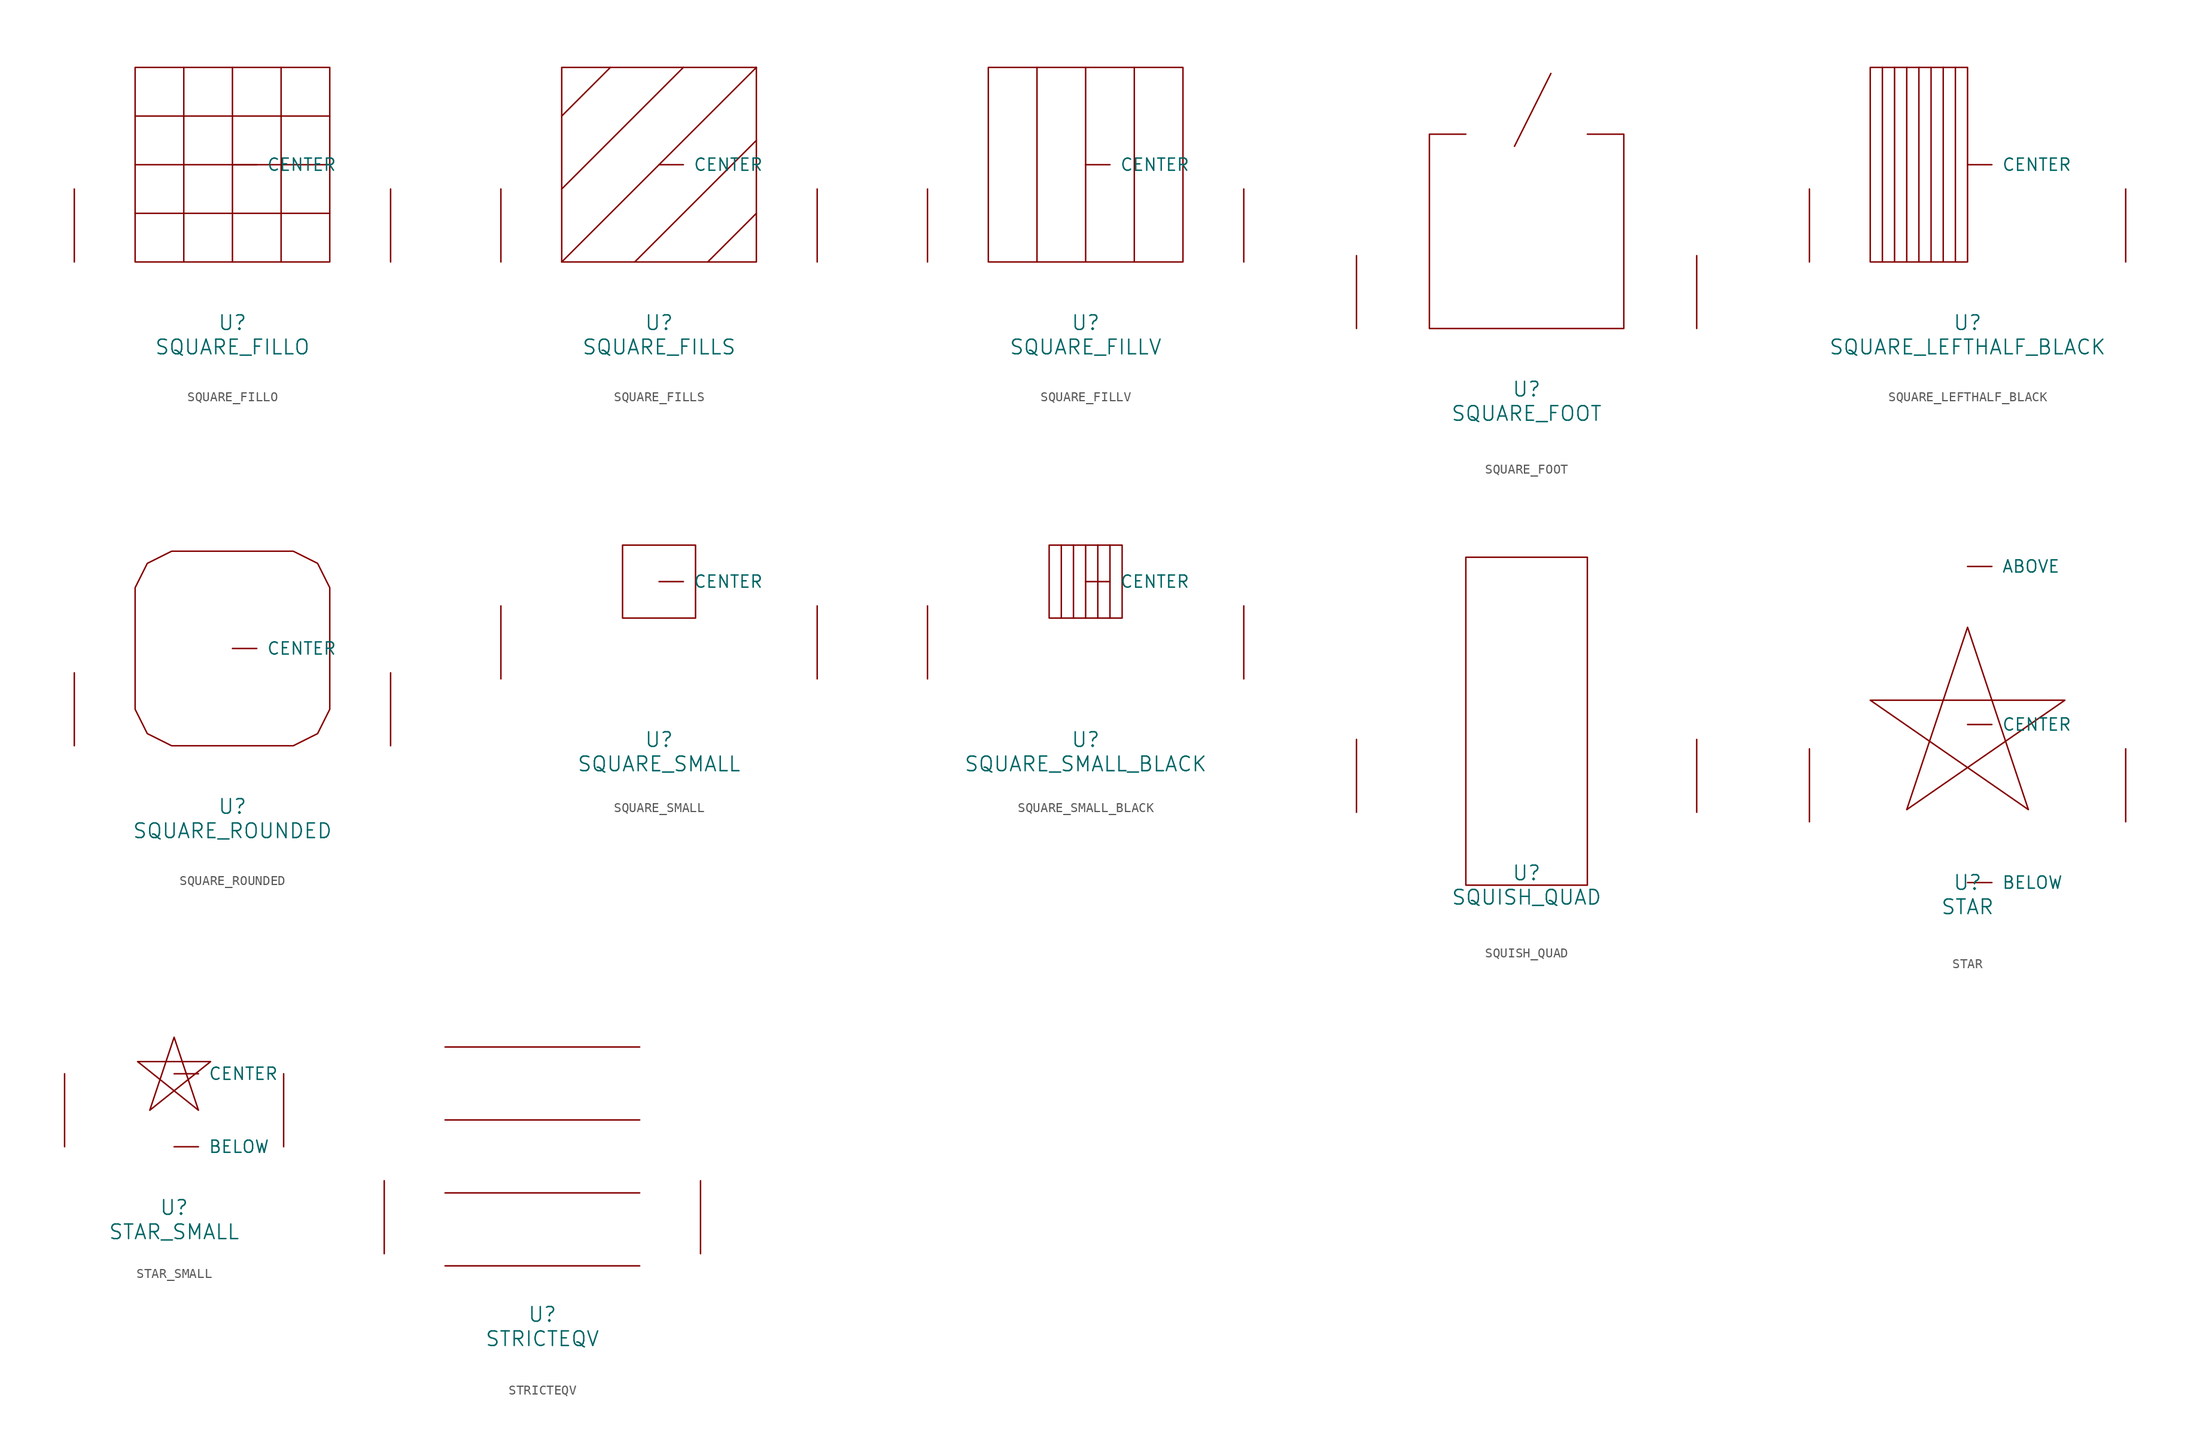
<source format=kicad_sym>
(kicad_symbol_lib
  (version 20220914)
  (generator font_lib2sym)
  (symbol "SQUARE_FILLO"
    (pin_names
      (offset 1.016))
    (property "Reference" "U"
      (at 0 -6.35 0)
      (effects (font (size 1.524 1.524))))
    (property "Value" "SQUARE_FILLO"
      (at 0 -8.89 0)
      (effects (font (size 1.524 1.524))))
    (symbol "SQUARE_FILLO_0_1"
      (polyline (pts (xy -10.16 5.08) (xy 10.16 5.08)) (stroke (width 0) (type solid)) (fill (type none)))
      (polyline (pts (xy -10.16 10.16) (xy 10.16 10.16)) (stroke (width 0) (type solid)) (fill (type none)))
      (polyline (pts (xy -10.16 15.24) (xy 10.16 15.24)) (stroke (width 0) (type solid)) (fill (type none)))
      (polyline (pts (xy -5.08 20.32) (xy -5.08 0)) (stroke (width 0) (type solid)) (fill (type none)))
      (polyline (pts (xy 0 20.32) (xy 0 0)) (stroke (width 0) (type solid)) (fill (type none)))
      (polyline (pts (xy 5.08 20.32) (xy 5.08 0)) (stroke (width 0) (type solid)) (fill (type none)))
      (polyline (pts (xy -10.16 20.32) (xy 10.16 20.32) (xy 10.16 0) (xy -10.16 0) (xy -10.16 20.32)) (stroke (width 0) (type solid)) (fill (type none)))
      (pin input line (at 0 10.16 0) (length 2.54) (name "CENTER" (effects (font (size 1.27 1.27)))) (number "~" (effects (font (size 1.27 1.27)))))
      (pin input line (at -16.51 0 90) (length 7.62) (name "~" (effects (font (size 1.27 1.27)))) (number "~" (effects (font (size 1.27 1.27)))))
      (pin input line (at 16.51 0 90) (length 7.62) (name "~" (effects (font (size 1.27 1.27)))) (number "~" (effects (font (size 1.27 1.27)))))))
  (symbol "SQUARE_FILLS"
    (pin_names
      (offset 1.016))
    (property "Reference" "U"
      (at 0 -6.35 0)
      (effects (font (size 1.524 1.524))))
    (property "Value" "SQUARE_FILLS"
      (at 0 -8.89 0)
      (effects (font (size 1.524 1.524))))
    (symbol "SQUARE_FILLS_0_1"
      (polyline (pts (xy -10.16 0) (xy 10.16 20.32)) (stroke (width 0) (type solid)) (fill (type none)))
      (polyline (pts (xy -10.16 7.62) (xy 2.54 20.32)) (stroke (width 0) (type solid)) (fill (type none)))
      (polyline (pts (xy -10.16 15.24) (xy -5.08 20.32)) (stroke (width 0) (type solid)) (fill (type none)))
      (polyline (pts (xy -2.54 0) (xy 10.16 12.7)) (stroke (width 0) (type solid)) (fill (type none)))
      (polyline (pts (xy 5.08 0) (xy 10.16 5.08)) (stroke (width 0) (type solid)) (fill (type none)))
      (polyline (pts (xy -10.16 20.32) (xy 10.16 20.32) (xy 10.16 0) (xy -10.16 0) (xy -10.16 20.32)) (stroke (width 0) (type solid)) (fill (type none)))
      (pin input line (at 0 10.16 0) (length 2.54) (name "CENTER" (effects (font (size 1.27 1.27)))) (number "~" (effects (font (size 1.27 1.27)))))
      (pin input line (at -16.51 0 90) (length 7.62) (name "~" (effects (font (size 1.27 1.27)))) (number "~" (effects (font (size 1.27 1.27)))))
      (pin input line (at 16.51 0 90) (length 7.62) (name "~" (effects (font (size 1.27 1.27)))) (number "~" (effects (font (size 1.27 1.27)))))))
  (symbol "SQUARE_FILLV"
    (pin_names
      (offset 1.016))
    (property "Reference" "U"
      (at 0 -6.35 0)
      (effects (font (size 1.524 1.524))))
    (property "Value" "SQUARE_FILLV"
      (at 0 -8.89 0)
      (effects (font (size 1.524 1.524))))
    (symbol "SQUARE_FILLV_0_1"
      (polyline (pts (xy -5.08 20.32) (xy -5.08 0)) (stroke (width 0) (type solid)) (fill (type none)))
      (polyline (pts (xy 0 20.32) (xy 0 0)) (stroke (width 0) (type solid)) (fill (type none)))
      (polyline (pts (xy 5.08 20.32) (xy 5.08 0)) (stroke (width 0) (type solid)) (fill (type none)))
      (polyline (pts (xy -10.16 20.32) (xy 10.16 20.32) (xy 10.16 0) (xy -10.16 0) (xy -10.16 20.32)) (stroke (width 0) (type solid)) (fill (type none)))
      (pin input line (at 0 10.16 0) (length 2.54) (name "CENTER" (effects (font (size 1.27 1.27)))) (number "~" (effects (font (size 1.27 1.27)))))
      (pin input line (at -16.51 0 90) (length 7.62) (name "~" (effects (font (size 1.27 1.27)))) (number "~" (effects (font (size 1.27 1.27)))))
      (pin input line (at 16.51 0 90) (length 7.62) (name "~" (effects (font (size 1.27 1.27)))) (number "~" (effects (font (size 1.27 1.27)))))))
  (symbol "SQUARE_FOOT"
    (pin_names
      (offset 1.016))
    (property "Reference" "U"
      (at 0 -6.35 0)
      (effects (font (size 1.524 1.524))))
    (property "Value" "SQUARE_FOOT"
      (at 0 -8.89 0)
      (effects (font (size 1.524 1.524))))
    (symbol "SQUARE_FOOT_0_1"
      (polyline (pts (xy 2.54 26.67) (xy -1.27 19.05)) (stroke (width 0) (type solid)) (fill (type none)))
      (polyline (pts (xy -6.35 20.32) (xy -10.16 20.32) (xy -10.16 0) (xy 10.16 0) (xy 10.16 20.32) (xy 6.35 20.32)) (stroke (width 0) (type solid)) (fill (type none)))
      (pin input line (at -17.78 0 90) (length 7.62) (name "~" (effects (font (size 1.27 1.27)))) (number "~" (effects (font (size 1.27 1.27)))))
      (pin input line (at 17.78 0 90) (length 7.62) (name "~" (effects (font (size 1.27 1.27)))) (number "~" (effects (font (size 1.27 1.27)))))))
  (symbol "SQUARE_LEFTHALF_BLACK"
    (pin_names
      (offset 1.016))
    (property "Reference" "U"
      (at 0 -6.35 0)
      (effects (font (size 1.524 1.524))))
    (property "Value" "SQUARE_LEFTHALF_BLACK"
      (at 0 -8.89 0)
      (effects (font (size 1.524 1.524))))
    (symbol "SQUARE_LEFTHALF_BLACK_0_1"
      (polyline (pts (xy -8.89 0) (xy -8.89 20.32)) (stroke (width 0) (type solid)) (fill (type none)))
      (polyline (pts (xy -7.62 20.32) (xy -7.62 0)) (stroke (width 0) (type solid)) (fill (type none)))
      (polyline (pts (xy -6.35 0) (xy -6.35 20.32)) (stroke (width 0) (type solid)) (fill (type none)))
      (polyline (pts (xy -5.08 20.32) (xy -5.08 0)) (stroke (width 0) (type solid)) (fill (type none)))
      (polyline (pts (xy -3.81 0) (xy -3.81 20.32)) (stroke (width 0) (type solid)) (fill (type none)))
      (polyline (pts (xy -2.54 20.32) (xy -2.54 0)) (stroke (width 0) (type solid)) (fill (type none)))
      (polyline (pts (xy -1.27 0) (xy -1.27 20.32)) (stroke (width 0) (type solid)) (fill (type none)))
      (polyline (pts (xy -10.16 0) (xy -10.16 20.32) (xy 0 20.32) (xy 0 0) (xy -10.16 0)) (stroke (width 0) (type solid)) (fill (type none)))
      (pin input line (at 0 10.16 0) (length 2.54) (name "CENTER" (effects (font (size 1.27 1.27)))) (number "~" (effects (font (size 1.27 1.27)))))
      (pin input line (at -16.51 0 90) (length 7.62) (name "~" (effects (font (size 1.27 1.27)))) (number "~" (effects (font (size 1.27 1.27)))))
      (pin input line (at 16.51 0 90) (length 7.62) (name "~" (effects (font (size 1.27 1.27)))) (number "~" (effects (font (size 1.27 1.27)))))))
  (symbol "SQUARE_ROUNDED"
    (pin_names
      (offset 1.016))
    (property "Reference" "U"
      (at 0 -6.35 0)
      (effects (font (size 1.524 1.524))))
    (property "Value" "SQUARE_ROUNDED"
      (at 0 -8.89 0)
      (effects (font (size 1.524 1.524))))
    (symbol "SQUARE_ROUNDED_0_1"
      (polyline (pts (xy -8.89 19.05) (xy -6.35 20.32) (xy 6.35 20.32) (xy 8.89 19.05) (xy 10.16 16.51) (xy 10.16 3.81) (xy 8.89 1.27) (xy 6.35 0) (xy -6.35 0) (xy -8.89 1.27) (xy -10.16 3.81) (xy -10.16 16.51) (xy -8.89 19.05)) (stroke (width 0) (type solid)) (fill (type none)))
      (pin input line (at 0 10.16 0) (length 2.54) (name "CENTER" (effects (font (size 1.27 1.27)))) (number "~" (effects (font (size 1.27 1.27)))))
      (pin input line (at -16.51 0 90) (length 7.62) (name "~" (effects (font (size 1.27 1.27)))) (number "~" (effects (font (size 1.27 1.27)))))
      (pin input line (at 16.51 0 90) (length 7.62) (name "~" (effects (font (size 1.27 1.27)))) (number "~" (effects (font (size 1.27 1.27)))))))
  (symbol "SQUARE_SMALL"
    (pin_names
      (offset 1.016))
    (property "Reference" "U"
      (at 0 -6.35 0)
      (effects (font (size 1.524 1.524))))
    (property "Value" "SQUARE_SMALL"
      (at 0 -8.89 0)
      (effects (font (size 1.524 1.524))))
    (symbol "SQUARE_SMALL_0_1"
      (polyline (pts (xy -3.81 6.35) (xy -3.81 13.97) (xy 3.81 13.97) (xy 3.81 6.35) (xy -3.81 6.35)) (stroke (width 0) (type solid)) (fill (type none)))
      (pin input line (at 0 10.16 0) (length 2.54) (name "CENTER" (effects (font (size 1.27 1.27)))) (number "~" (effects (font (size 1.27 1.27)))))
      (pin input line (at -16.51 0 90) (length 7.62) (name "~" (effects (font (size 1.27 1.27)))) (number "~" (effects (font (size 1.27 1.27)))))
      (pin input line (at 16.51 0 90) (length 7.62) (name "~" (effects (font (size 1.27 1.27)))) (number "~" (effects (font (size 1.27 1.27)))))))
  (symbol "SQUARE_SMALL_BLACK"
    (pin_names
      (offset 1.016))
    (property "Reference" "U"
      (at 0 -6.35 0)
      (effects (font (size 1.524 1.524))))
    (property "Value" "SQUARE_SMALL_BLACK"
      (at 0 -8.89 0)
      (effects (font (size 1.524 1.524))))
    (symbol "SQUARE_SMALL_BLACK_0_1"
      (polyline (pts (xy -2.54 13.97) (xy -2.54 6.35)) (stroke (width 0) (type solid)) (fill (type none)))
      (polyline (pts (xy -1.27 6.35) (xy -1.27 13.97)) (stroke (width 0) (type solid)) (fill (type none)))
      (polyline (pts (xy 0 13.97) (xy 0 6.35)) (stroke (width 0) (type solid)) (fill (type none)))
      (polyline (pts (xy 1.27 6.35) (xy 1.27 13.97)) (stroke (width 0) (type solid)) (fill (type none)))
      (polyline (pts (xy 2.54 13.97) (xy 2.54 6.35)) (stroke (width 0) (type solid)) (fill (type none)))
      (polyline (pts (xy -3.81 6.35) (xy -3.81 13.97) (xy 3.81 13.97) (xy 3.81 6.35) (xy -3.81 6.35)) (stroke (width 0) (type solid)) (fill (type none)))
      (pin input line (at 0 10.16 0) (length 2.54) (name "CENTER" (effects (font (size 1.27 1.27)))) (number "~" (effects (font (size 1.27 1.27)))))
      (pin input line (at -16.51 0 90) (length 7.62) (name "~" (effects (font (size 1.27 1.27)))) (number "~" (effects (font (size 1.27 1.27)))))
      (pin input line (at 16.51 0 90) (length 7.62) (name "~" (effects (font (size 1.27 1.27)))) (number "~" (effects (font (size 1.27 1.27)))))))
  (symbol "SQUISH_QUAD"
    (pin_names
      (offset 1.016))
    (property "Reference" "U"
      (at 0 -6.35 0)
      (effects (font (size 1.524 1.524))))
    (property "Value" "SQUISH_QUAD"
      (at 0 -8.89 0)
      (effects (font (size 1.524 1.524))))
    (symbol "SQUISH_QUAD_0_1"
      (polyline (pts (xy -6.35 26.67) (xy 6.35 26.67) (xy 6.35 -7.62) (xy -6.35 -7.62) (xy -6.35 26.67)) (stroke (width 0) (type solid)) (fill (type none)))
      (pin input line (at -17.78 0 90) (length 7.62) (name "~" (effects (font (size 1.27 1.27)))) (number "~" (effects (font (size 1.27 1.27)))))
      (pin input line (at 17.78 0 90) (length 7.62) (name "~" (effects (font (size 1.27 1.27)))) (number "~" (effects (font (size 1.27 1.27)))))))
  (symbol "STAR"
    (pin_names
      (offset 1.016))
    (property "Reference" "U"
      (at 0 -6.35 0)
      (effects (font (size 1.524 1.524))))
    (property "Value" "STAR"
      (at 0 -8.89 0)
      (effects (font (size 1.524 1.524))))
    (symbol "STAR_0_1"
      (polyline (pts (xy 0 20.32) (xy 6.35 1.27) (xy -10.16 12.7) (xy 10.16 12.7) (xy -6.35 1.27) (xy 0 20.32)) (stroke (width 0) (type solid)) (fill (type none)))
      (pin input line (at 0 26.67 0) (length 2.54) (name "ABOVE" (effects (font (size 1.27 1.27)))) (number "~" (effects (font (size 1.27 1.27)))))
      (pin input line (at 0 -6.35 0) (length 2.54) (name "BELOW" (effects (font (size 1.27 1.27)))) (number "~" (effects (font (size 1.27 1.27)))))
      (pin input line (at 0 10.16 0) (length 2.54) (name "CENTER" (effects (font (size 1.27 1.27)))) (number "~" (effects (font (size 1.27 1.27)))))
      (pin input line (at -16.51 0 90) (length 7.62) (name "~" (effects (font (size 1.27 1.27)))) (number "~" (effects (font (size 1.27 1.27)))))
      (pin input line (at 16.51 0 90) (length 7.62) (name "~" (effects (font (size 1.27 1.27)))) (number "~" (effects (font (size 1.27 1.27)))))))
  (symbol "STAR_SMALL"
    (pin_names
      (offset 1.016))
    (property "Reference" "U"
      (at 0 -6.35 0)
      (effects (font (size 1.524 1.524))))
    (property "Value" "STAR_SMALL"
      (at 0 -8.89 0)
      (effects (font (size 1.524 1.524))))
    (symbol "STAR_SMALL_0_1"
      (polyline (pts (xy 0 11.43) (xy 2.54 3.81) (xy -3.81 8.89) (xy 3.81 8.89) (xy -2.54 3.81) (xy 0 11.43)) (stroke (width 0) (type solid)) (fill (type none)))
      (pin input line (at 0 0 0) (length 2.54) (name "BELOW" (effects (font (size 1.27 1.27)))) (number "~" (effects (font (size 1.27 1.27)))))
      (pin input line (at 0 7.62 0) (length 2.54) (name "CENTER" (effects (font (size 1.27 1.27)))) (number "~" (effects (font (size 1.27 1.27)))))
      (pin input line (at -11.43 0 90) (length 7.62) (name "~" (effects (font (size 1.27 1.27)))) (number "~" (effects (font (size 1.27 1.27)))))
      (pin input line (at 11.43 0 90) (length 7.62) (name "~" (effects (font (size 1.27 1.27)))) (number "~" (effects (font (size 1.27 1.27)))))))
  (symbol "STRICTEQV"
    (pin_names
      (offset 1.016))
    (property "Reference" "U"
      (at 0 -6.35 0)
      (effects (font (size 1.524 1.524))))
    (property "Value" "STRICTEQV"
      (at 0 -8.89 0)
      (effects (font (size 1.524 1.524))))
    (symbol "STRICTEQV_0_1"
      (polyline (pts (xy -10.16 -1.27) (xy 10.16 -1.27)) (stroke (width 0) (type solid)) (fill (type none)))
      (polyline (pts (xy -10.16 13.97) (xy 10.16 13.97)) (stroke (width 0) (type solid)) (fill (type none)))
      (polyline (pts (xy -10.16 21.59) (xy 10.16 21.59)) (stroke (width 0) (type solid)) (fill (type none)))
      (polyline (pts (xy 10.16 6.35) (xy -10.16 6.35)) (stroke (width 0) (type solid)) (fill (type none)))
      (pin input line (at -16.51 0 90) (length 7.62) (name "~" (effects (font (size 1.27 1.27)))) (number "~" (effects (font (size 1.27 1.27)))))
      (pin input line (at 16.51 0 90) (length 7.62) (name "~" (effects (font (size 1.27 1.27)))) (number "~" (effects (font (size 1.27 1.27))))))))
</source>
